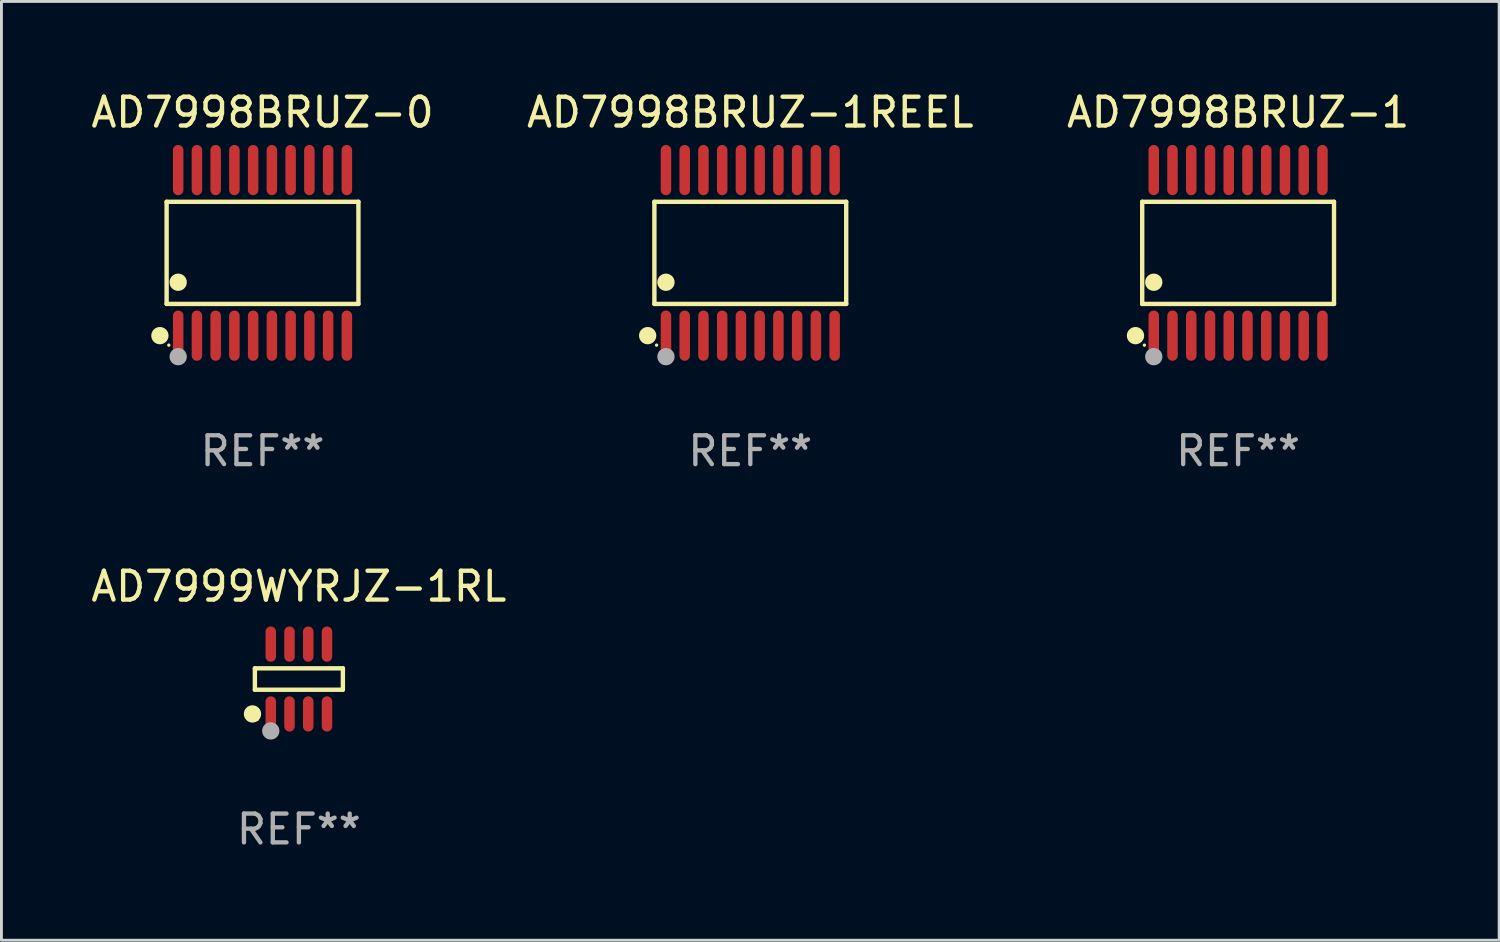
<source format=kicad_pcb>
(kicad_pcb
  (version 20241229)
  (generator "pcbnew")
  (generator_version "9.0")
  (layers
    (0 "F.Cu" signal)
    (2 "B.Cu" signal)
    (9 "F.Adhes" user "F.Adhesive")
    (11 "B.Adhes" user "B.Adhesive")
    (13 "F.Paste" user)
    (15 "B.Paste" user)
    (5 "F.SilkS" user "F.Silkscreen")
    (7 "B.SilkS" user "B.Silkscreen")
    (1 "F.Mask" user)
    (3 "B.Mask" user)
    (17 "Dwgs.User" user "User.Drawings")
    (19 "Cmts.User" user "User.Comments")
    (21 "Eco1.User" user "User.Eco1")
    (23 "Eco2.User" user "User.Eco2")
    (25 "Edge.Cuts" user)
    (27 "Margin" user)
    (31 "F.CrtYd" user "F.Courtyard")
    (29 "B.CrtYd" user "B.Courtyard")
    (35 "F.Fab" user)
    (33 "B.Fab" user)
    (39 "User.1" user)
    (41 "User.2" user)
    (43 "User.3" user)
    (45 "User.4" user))
  (footprint "AD7999WYRJZ-1RL"
    (layer "F.Cu")
    (at 7.315 20.498)
    (property "Reference" "AD7999WYRJZ-1RL" (at 0 -3.211 0) (layer "F.SilkS") (effects (font (size 1 1) (thickness 0.15))))
    (attr through_hole)
    (fp_line (start -1.526 -0.371) (end 1.526 -0.371) (stroke (width 0.152) (type solid)) (layer "F.SilkS"))
    (fp_line (start -1.526 0.371) (end -1.526 -0.371) (stroke (width 0.152) (type solid)) (layer "F.SilkS"))
    (fp_line (start 1.526 -0.371) (end 1.526 0.371) (stroke (width 0.152) (type solid)) (layer "F.SilkS"))
    (fp_line (start 1.526 0.371) (end -1.526 0.371) (stroke (width 0.152) (type solid)) (layer "F.SilkS"))
    (fp_circle (center -1.609 1.211) (end -1.459 1.211) (stroke (width 0.3) (type solid)) (fill no) (layer "F.SilkS"))
    (fp_circle (center -1.45 1.4) (end -1.42 1.4) (stroke (width 0.06) (type solid)) (fill no) (layer "F.SilkS"))
    (fp_circle (center -0.975 1.8) (end -0.825 1.8) (stroke (width 0.3) (type solid)) (fill no) (layer "F.Fab"))
    (fp_text user "REF**" (at 0 5.211 0) (layer "F.Fab") (effects (font (size 1 1) (thickness 0.15))))
    (pad "1" smd oval (at -0.975 1.211) (size 0.364 1.222) (layers "F.Cu" "F.Mask" "F.Paste"))
    (pad "2" smd oval (at -0.325 1.211) (size 0.364 1.222) (layers "F.Cu" "F.Mask" "F.Paste"))
    (pad "3" smd oval (at 0.325 1.211) (size 0.364 1.222) (layers "F.Cu" "F.Mask" "F.Paste"))
    (pad "4" smd oval (at 0.975 1.211) (size 0.364 1.222) (layers "F.Cu" "F.Mask" "F.Paste"))
    (pad "5" smd oval (at 0.975 -1.211) (size 0.364 1.222) (layers "F.Cu" "F.Mask" "F.Paste"))
    (pad "6" smd oval (at 0.325 -1.211) (size 0.364 1.222) (layers "F.Cu" "F.Mask" "F.Paste"))
    (pad "7" smd oval (at -0.325 -1.211) (size 0.364 1.222) (layers "F.Cu" "F.Mask" "F.Paste"))
    (pad "8" smd oval (at -0.975 -1.211) (size 0.364 1.222) (layers "F.Cu" "F.Mask" "F.Paste")))
  (footprint "AD7998BRUZ-0"
    (layer "F.Cu")
    (at 6.054 5.719)
    (property "Reference" "AD7998BRUZ-0" (at 0 -4.871 0) (layer "F.SilkS") (effects (font (size 1 1) (thickness 0.15))))
    (attr through_hole)
    (fp_line (start -3.326 -1.771) (end 3.326 -1.771) (stroke (width 0.152) (type solid)) (layer "F.SilkS"))
    (fp_line (start -3.326 1.771) (end -3.326 -1.771) (stroke (width 0.152) (type solid)) (layer "F.SilkS"))
    (fp_line (start 3.326 -1.771) (end 3.326 1.771) (stroke (width 0.152) (type solid)) (layer "F.SilkS"))
    (fp_line (start 3.326 1.771) (end -3.326 1.771) (stroke (width 0.152) (type solid)) (layer "F.SilkS"))
    (fp_circle (center -3.559 2.871) (end -3.409 2.871) (stroke (width 0.3) (type solid)) (fill no) (layer "F.SilkS"))
    (fp_circle (center -3.25 3.2) (end -3.22 3.2) (stroke (width 0.06) (type solid)) (fill no) (layer "F.SilkS"))
    (fp_circle (center -2.925 1.019) (end -2.775 1.019) (stroke (width 0.3) (type solid)) (fill no) (layer "F.SilkS"))
    (fp_circle (center -2.925 3.6) (end -2.775 3.6) (stroke (width 0.3) (type solid)) (fill no) (layer "F.Fab"))
    (fp_text user "REF**" (at 0 6.871 0) (layer "F.Fab") (effects (font (size 1 1) (thickness 0.15))))
    (pad "1" smd oval (at -2.925 2.871) (size 0.364 1.742) (layers "F.Cu" "F.Mask" "F.Paste"))
    (pad "2" smd oval (at -2.275 2.871) (size 0.364 1.742) (layers "F.Cu" "F.Mask" "F.Paste"))
    (pad "3" smd oval (at -1.625 2.871) (size 0.364 1.742) (layers "F.Cu" "F.Mask" "F.Paste"))
    (pad "4" smd oval (at -0.975 2.871) (size 0.364 1.742) (layers "F.Cu" "F.Mask" "F.Paste"))
    (pad "5" smd oval (at -0.325 2.871) (size 0.364 1.742) (layers "F.Cu" "F.Mask" "F.Paste"))
    (pad "6" smd oval (at 0.325 2.871) (size 0.364 1.742) (layers "F.Cu" "F.Mask" "F.Paste"))
    (pad "7" smd oval (at 0.975 2.871) (size 0.364 1.742) (layers "F.Cu" "F.Mask" "F.Paste"))
    (pad "8" smd oval (at 1.625 2.871) (size 0.364 1.742) (layers "F.Cu" "F.Mask" "F.Paste"))
    (pad "9" smd oval (at 2.275 2.871) (size 0.364 1.742) (layers "F.Cu" "F.Mask" "F.Paste"))
    (pad "10" smd oval (at 2.925 2.871) (size 0.364 1.742) (layers "F.Cu" "F.Mask" "F.Paste"))
    (pad "11" smd oval (at 2.925 -2.871) (size 0.364 1.742) (layers "F.Cu" "F.Mask" "F.Paste"))
    (pad "12" smd oval (at 2.275 -2.871) (size 0.364 1.742) (layers "F.Cu" "F.Mask" "F.Paste"))
    (pad "13" smd oval (at 1.625 -2.871) (size 0.364 1.742) (layers "F.Cu" "F.Mask" "F.Paste"))
    (pad "14" smd oval (at 0.975 -2.871) (size 0.364 1.742) (layers "F.Cu" "F.Mask" "F.Paste"))
    (pad "15" smd oval (at 0.325 -2.871) (size 0.364 1.742) (layers "F.Cu" "F.Mask" "F.Paste"))
    (pad "16" smd oval (at -0.325 -2.871) (size 0.364 1.742) (layers "F.Cu" "F.Mask" "F.Paste"))
    (pad "17" smd oval (at -0.975 -2.871) (size 0.364 1.742) (layers "F.Cu" "F.Mask" "F.Paste"))
    (pad "18" smd oval (at -1.625 -2.871) (size 0.364 1.742) (layers "F.Cu" "F.Mask" "F.Paste"))
    (pad "19" smd oval (at -2.275 -2.871) (size 0.364 1.742) (layers "F.Cu" "F.Mask" "F.Paste"))
    (pad "20" smd oval (at -2.925 -2.871) (size 0.364 1.742) (layers "F.Cu" "F.Mask" "F.Paste")))
  (footprint "AD7998BRUZ-1REEL"
    (layer "F.Cu")
    (at 22.97 5.719)
    (property "Reference" "AD7998BRUZ-1REEL" (at 0 -4.871 0) (layer "F.SilkS") (effects (font (size 1 1) (thickness 0.15))))
    (attr through_hole)
    (fp_line (start -3.326 -1.771) (end 3.326 -1.771) (stroke (width 0.152) (type solid)) (layer "F.SilkS"))
    (fp_line (start -3.326 1.771) (end -3.326 -1.771) (stroke (width 0.152) (type solid)) (layer "F.SilkS"))
    (fp_line (start 3.326 -1.771) (end 3.326 1.771) (stroke (width 0.152) (type solid)) (layer "F.SilkS"))
    (fp_line (start 3.326 1.771) (end -3.326 1.771) (stroke (width 0.152) (type solid)) (layer "F.SilkS"))
    (fp_circle (center -3.559 2.871) (end -3.409 2.871) (stroke (width 0.3) (type solid)) (fill no) (layer "F.SilkS"))
    (fp_circle (center -3.25 3.2) (end -3.22 3.2) (stroke (width 0.06) (type solid)) (fill no) (layer "F.SilkS"))
    (fp_circle (center -2.925 1.019) (end -2.775 1.019) (stroke (width 0.3) (type solid)) (fill no) (layer "F.SilkS"))
    (fp_circle (center -2.925 3.6) (end -2.775 3.6) (stroke (width 0.3) (type solid)) (fill no) (layer "F.Fab"))
    (fp_text user "REF**" (at 0 6.871 0) (layer "F.Fab") (effects (font (size 1 1) (thickness 0.15))))
    (pad "1" smd oval (at -2.925 2.871) (size 0.364 1.742) (layers "F.Cu" "F.Mask" "F.Paste"))
    (pad "2" smd oval (at -2.275 2.871) (size 0.364 1.742) (layers "F.Cu" "F.Mask" "F.Paste"))
    (pad "3" smd oval (at -1.625 2.871) (size 0.364 1.742) (layers "F.Cu" "F.Mask" "F.Paste"))
    (pad "4" smd oval (at -0.975 2.871) (size 0.364 1.742) (layers "F.Cu" "F.Mask" "F.Paste"))
    (pad "5" smd oval (at -0.325 2.871) (size 0.364 1.742) (layers "F.Cu" "F.Mask" "F.Paste"))
    (pad "6" smd oval (at 0.325 2.871) (size 0.364 1.742) (layers "F.Cu" "F.Mask" "F.Paste"))
    (pad "7" smd oval (at 0.975 2.871) (size 0.364 1.742) (layers "F.Cu" "F.Mask" "F.Paste"))
    (pad "8" smd oval (at 1.625 2.871) (size 0.364 1.742) (layers "F.Cu" "F.Mask" "F.Paste"))
    (pad "9" smd oval (at 2.275 2.871) (size 0.364 1.742) (layers "F.Cu" "F.Mask" "F.Paste"))
    (pad "10" smd oval (at 2.925 2.871) (size 0.364 1.742) (layers "F.Cu" "F.Mask" "F.Paste"))
    (pad "11" smd oval (at 2.925 -2.871) (size 0.364 1.742) (layers "F.Cu" "F.Mask" "F.Paste"))
    (pad "12" smd oval (at 2.275 -2.871) (size 0.364 1.742) (layers "F.Cu" "F.Mask" "F.Paste"))
    (pad "13" smd oval (at 1.625 -2.871) (size 0.364 1.742) (layers "F.Cu" "F.Mask" "F.Paste"))
    (pad "14" smd oval (at 0.975 -2.871) (size 0.364 1.742) (layers "F.Cu" "F.Mask" "F.Paste"))
    (pad "15" smd oval (at 0.325 -2.871) (size 0.364 1.742) (layers "F.Cu" "F.Mask" "F.Paste"))
    (pad "16" smd oval (at -0.325 -2.871) (size 0.364 1.742) (layers "F.Cu" "F.Mask" "F.Paste"))
    (pad "17" smd oval (at -0.975 -2.871) (size 0.364 1.742) (layers "F.Cu" "F.Mask" "F.Paste"))
    (pad "18" smd oval (at -1.625 -2.871) (size 0.364 1.742) (layers "F.Cu" "F.Mask" "F.Paste"))
    (pad "19" smd oval (at -2.275 -2.871) (size 0.364 1.742) (layers "F.Cu" "F.Mask" "F.Paste"))
    (pad "20" smd oval (at -2.925 -2.871) (size 0.364 1.742) (layers "F.Cu" "F.Mask" "F.Paste")))
  (footprint "AD7998BRUZ-1"
    (layer "F.Cu")
    (at 39.887 5.719)
    (property "Reference" "AD7998BRUZ-1" (at 0 -4.871 0) (layer "F.SilkS") (effects (font (size 1 1) (thickness 0.15))))
    (attr through_hole)
    (fp_line (start -3.326 -1.771) (end 3.326 -1.771) (stroke (width 0.152) (type solid)) (layer "F.SilkS"))
    (fp_line (start -3.326 1.771) (end -3.326 -1.771) (stroke (width 0.152) (type solid)) (layer "F.SilkS"))
    (fp_line (start 3.326 -1.771) (end 3.326 1.771) (stroke (width 0.152) (type solid)) (layer "F.SilkS"))
    (fp_line (start 3.326 1.771) (end -3.326 1.771) (stroke (width 0.152) (type solid)) (layer "F.SilkS"))
    (fp_circle (center -3.559 2.871) (end -3.409 2.871) (stroke (width 0.3) (type solid)) (fill no) (layer "F.SilkS"))
    (fp_circle (center -3.25 3.2) (end -3.22 3.2) (stroke (width 0.06) (type solid)) (fill no) (layer "F.SilkS"))
    (fp_circle (center -2.925 1.019) (end -2.775 1.019) (stroke (width 0.3) (type solid)) (fill no) (layer "F.SilkS"))
    (fp_circle (center -2.925 3.6) (end -2.775 3.6) (stroke (width 0.3) (type solid)) (fill no) (layer "F.Fab"))
    (fp_text user "REF**" (at 0 6.871 0) (layer "F.Fab") (effects (font (size 1 1) (thickness 0.15))))
    (pad "1" smd oval (at -2.925 2.871) (size 0.364 1.742) (layers "F.Cu" "F.Mask" "F.Paste"))
    (pad "2" smd oval (at -2.275 2.871) (size 0.364 1.742) (layers "F.Cu" "F.Mask" "F.Paste"))
    (pad "3" smd oval (at -1.625 2.871) (size 0.364 1.742) (layers "F.Cu" "F.Mask" "F.Paste"))
    (pad "4" smd oval (at -0.975 2.871) (size 0.364 1.742) (layers "F.Cu" "F.Mask" "F.Paste"))
    (pad "5" smd oval (at -0.325 2.871) (size 0.364 1.742) (layers "F.Cu" "F.Mask" "F.Paste"))
    (pad "6" smd oval (at 0.325 2.871) (size 0.364 1.742) (layers "F.Cu" "F.Mask" "F.Paste"))
    (pad "7" smd oval (at 0.975 2.871) (size 0.364 1.742) (layers "F.Cu" "F.Mask" "F.Paste"))
    (pad "8" smd oval (at 1.625 2.871) (size 0.364 1.742) (layers "F.Cu" "F.Mask" "F.Paste"))
    (pad "9" smd oval (at 2.275 2.871) (size 0.364 1.742) (layers "F.Cu" "F.Mask" "F.Paste"))
    (pad "10" smd oval (at 2.925 2.871) (size 0.364 1.742) (layers "F.Cu" "F.Mask" "F.Paste"))
    (pad "11" smd oval (at 2.925 -2.871) (size 0.364 1.742) (layers "F.Cu" "F.Mask" "F.Paste"))
    (pad "12" smd oval (at 2.275 -2.871) (size 0.364 1.742) (layers "F.Cu" "F.Mask" "F.Paste"))
    (pad "13" smd oval (at 1.625 -2.871) (size 0.364 1.742) (layers "F.Cu" "F.Mask" "F.Paste"))
    (pad "14" smd oval (at 0.975 -2.871) (size 0.364 1.742) (layers "F.Cu" "F.Mask" "F.Paste"))
    (pad "15" smd oval (at 0.325 -2.871) (size 0.364 1.742) (layers "F.Cu" "F.Mask" "F.Paste"))
    (pad "16" smd oval (at -0.325 -2.871) (size 0.364 1.742) (layers "F.Cu" "F.Mask" "F.Paste"))
    (pad "17" smd oval (at -0.975 -2.871) (size 0.364 1.742) (layers "F.Cu" "F.Mask" "F.Paste"))
    (pad "18" smd oval (at -1.625 -2.871) (size 0.364 1.742) (layers "F.Cu" "F.Mask" "F.Paste"))
    (pad "19" smd oval (at -2.275 -2.871) (size 0.364 1.742) (layers "F.Cu" "F.Mask" "F.Paste"))
    (pad "20" smd oval (at -2.925 -2.871) (size 0.364 1.742) (layers "F.Cu" "F.Mask" "F.Paste")))
  (gr_rect
    (start -3 -3)
    (end 48.94 29.557)
    (stroke (width 0.1) (type default))
    (fill no)
    (layer "Edge.Cuts")))
</source>
